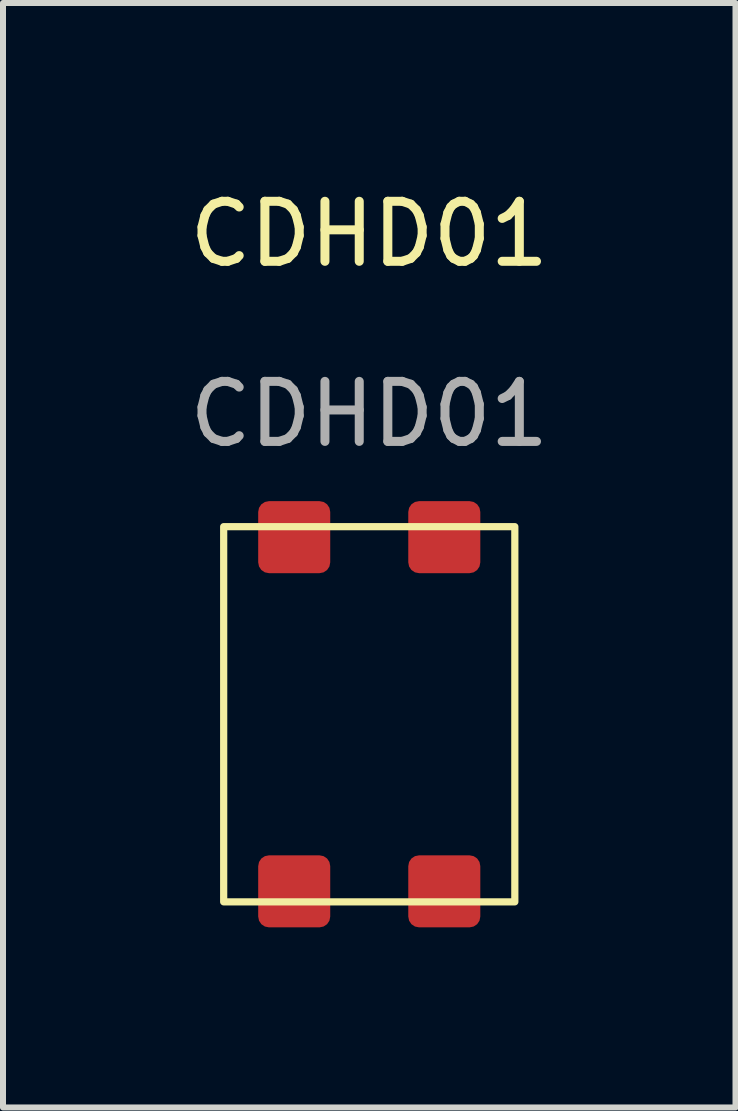
<source format=kicad_pcb>
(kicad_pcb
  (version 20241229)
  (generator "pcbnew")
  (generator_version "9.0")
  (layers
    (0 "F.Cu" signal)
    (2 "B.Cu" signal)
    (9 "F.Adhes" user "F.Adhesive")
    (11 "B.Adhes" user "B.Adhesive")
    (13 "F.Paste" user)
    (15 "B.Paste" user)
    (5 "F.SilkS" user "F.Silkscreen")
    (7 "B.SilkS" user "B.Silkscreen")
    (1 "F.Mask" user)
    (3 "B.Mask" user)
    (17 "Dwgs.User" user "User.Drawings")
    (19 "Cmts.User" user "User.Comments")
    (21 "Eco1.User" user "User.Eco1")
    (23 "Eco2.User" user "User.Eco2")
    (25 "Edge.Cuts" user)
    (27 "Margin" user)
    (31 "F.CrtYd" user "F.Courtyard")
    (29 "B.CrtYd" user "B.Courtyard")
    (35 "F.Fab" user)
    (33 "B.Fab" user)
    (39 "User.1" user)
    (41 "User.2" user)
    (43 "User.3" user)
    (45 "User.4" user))
  (footprint "CDHD01"
    (layer "F.Cu")
    (at 3.101 8.848)
    (property "Reference" "CDHD01" (at 0 -8 0) (unlocked yes) (layer "F.SilkS") (effects (font (size 1 1) (thickness 0.15))))
    (attr smd)
    (fp_rect (start -2.425 -3.125) (end 2.425 3.125) (stroke (width 0.12) (type default)) (fill no) (layer "F.SilkS"))
    (fp_text user "${REFERENCE}" (at 0 -5 0) (unlocked yes) (layer "F.Fab") (effects (font (size 1 1) (thickness 0.15))))
    (pad "1" smd roundrect (at 1.25 -2.95) (size 1.2 1.2) (layers "F.Cu" "F.Mask" "F.Paste") (roundrect_rratio 0.15))
    (pad "2" smd roundrect (at -1.25 -2.95) (size 1.2 1.2) (layers "F.Cu" "F.Mask" "F.Paste") (roundrect_rratio 0.15))
    (pad "3" smd roundrect (at -1.25 2.95) (size 1.2 1.2) (layers "F.Cu" "F.Mask" "F.Paste") (roundrect_rratio 0.15))
    (pad "4" smd roundrect (at 1.25 2.95) (size 1.2 1.2) (layers "F.Cu" "F.Mask" "F.Paste") (roundrect_rratio 0.15)))
  (gr_rect
    (start -3 -3)
    (end 9.202 15.398)
    (stroke (width 0.1) (type default))
    (fill no)
    (layer "Edge.Cuts")))
</source>
